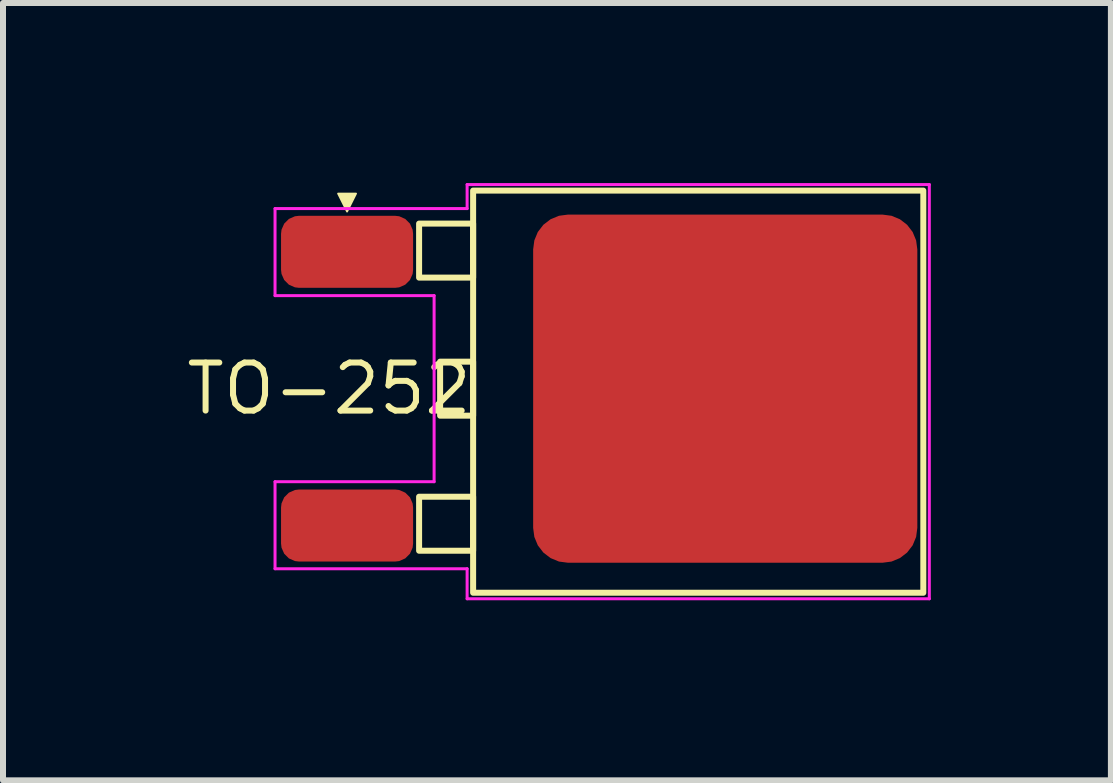
<source format=kicad_pcb>
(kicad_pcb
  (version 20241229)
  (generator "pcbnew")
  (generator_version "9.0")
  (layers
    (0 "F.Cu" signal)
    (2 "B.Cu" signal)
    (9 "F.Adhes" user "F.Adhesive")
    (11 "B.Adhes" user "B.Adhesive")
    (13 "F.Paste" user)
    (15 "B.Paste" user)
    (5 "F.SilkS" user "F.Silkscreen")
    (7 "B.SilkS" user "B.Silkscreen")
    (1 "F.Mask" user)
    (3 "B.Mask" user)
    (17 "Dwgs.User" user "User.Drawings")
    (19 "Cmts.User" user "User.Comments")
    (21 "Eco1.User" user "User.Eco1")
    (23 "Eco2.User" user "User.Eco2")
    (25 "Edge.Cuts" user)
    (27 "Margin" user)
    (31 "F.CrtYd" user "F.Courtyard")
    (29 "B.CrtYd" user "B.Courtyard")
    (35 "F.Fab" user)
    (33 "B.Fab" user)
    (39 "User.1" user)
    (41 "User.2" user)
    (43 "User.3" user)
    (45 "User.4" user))
  (footprint "TO-252"
    (layer "F.Cu")
    (at 9.032 3.425)
    (property "Reference" "TO-252" (at -6.6 0 0) (layer "F.SilkS") (effects (font (size 0.8 0.8) (thickness 0.1))))
    (attr smd)
    (fp_rect (start -5.1 -2.75) (end -4.2 -1.85) (stroke (width 0.1) (type solid)) (fill no) (layer "F.SilkS"))
    (fp_rect (start -5.1 1.8) (end -4.2 2.7) (stroke (width 0.1) (type solid)) (fill no) (layer "F.SilkS"))
    (fp_rect (start -4.75 -0.45) (end -4.2 0.45) (stroke (width 0.1) (type solid)) (fill no) (layer "F.SilkS"))
    (fp_rect (start -4.2 -3.3) (end 3.3 3.4) (stroke (width 0.1) (type solid)) (fill no) (layer "F.SilkS"))
    (fp_poly (pts (xy -6.3 -2.95) (xy -6.45 -3.25) (xy -6.15 -3.25)) (stroke (width 0.03) (type solid)) (fill yes) (layer "F.SilkS"))
    (fp_line (start -7.5 -3) (end -4.3 -3) (stroke (width 0.05) (type solid)) (layer "F.CrtYd"))
    (fp_line (start -7.5 -1.55) (end -7.5 -3) (stroke (width 0.05) (type solid)) (layer "F.CrtYd"))
    (fp_line (start -7.5 1.55) (end -4.85 1.55) (stroke (width 0.05) (type solid)) (layer "F.CrtYd"))
    (fp_line (start -7.5 3) (end -7.5 1.55) (stroke (width 0.05) (type solid)) (layer "F.CrtYd"))
    (fp_line (start -4.85 -1.55) (end -7.5 -1.55) (stroke (width 0.05) (type solid)) (layer "F.CrtYd"))
    (fp_line (start -4.85 1.55) (end -4.85 -1.55) (stroke (width 0.05) (type solid)) (layer "F.CrtYd"))
    (fp_line (start -4.3 -3) (end -4.3 -3.4) (stroke (width 0.05) (type solid)) (layer "F.CrtYd"))
    (fp_line (start -4.3 3) (end -7.5 3) (stroke (width 0.05) (type solid)) (layer "F.CrtYd"))
    (fp_line (start -4.3 3.5) (end -4.3 3) (stroke (width 0.05) (type solid)) (layer "F.CrtYd"))
    (fp_line (start -4.3 3.5) (end 3.4 3.5) (stroke (width 0.05) (type solid)) (layer "F.CrtYd"))
    (fp_line (start 3.4 -3.4) (end -4.3 -3.4) (stroke (width 0.05) (type solid)) (layer "F.CrtYd"))
    (fp_line (start 3.4 3.5) (end 3.4 -3.4) (stroke (width 0.05) (type solid)) (layer "F.CrtYd"))
    (pad "1" smd roundrect (at -6.3 -2.28) (size 2.2 1.2) (layers "F.Cu" "F.Mask" "F.Paste") (roundrect_rratio 0.25))
    (pad "2" smd roundrect (at 0 0) (size 6.4 5.8) (layers "F.Cu" "F.Mask" "F.Paste") (roundrect_rratio 0.1))
    (pad "3" smd roundrect (at -6.3 2.28) (size 2.2 1.2) (layers "F.Cu" "F.Mask" "F.Paste") (roundrect_rratio 0.25)))
  (gr_rect
    (start -3 -3)
    (end 15.457 9.95)
    (stroke (width 0.1) (type default))
    (fill no)
    (layer "Edge.Cuts")))
</source>
